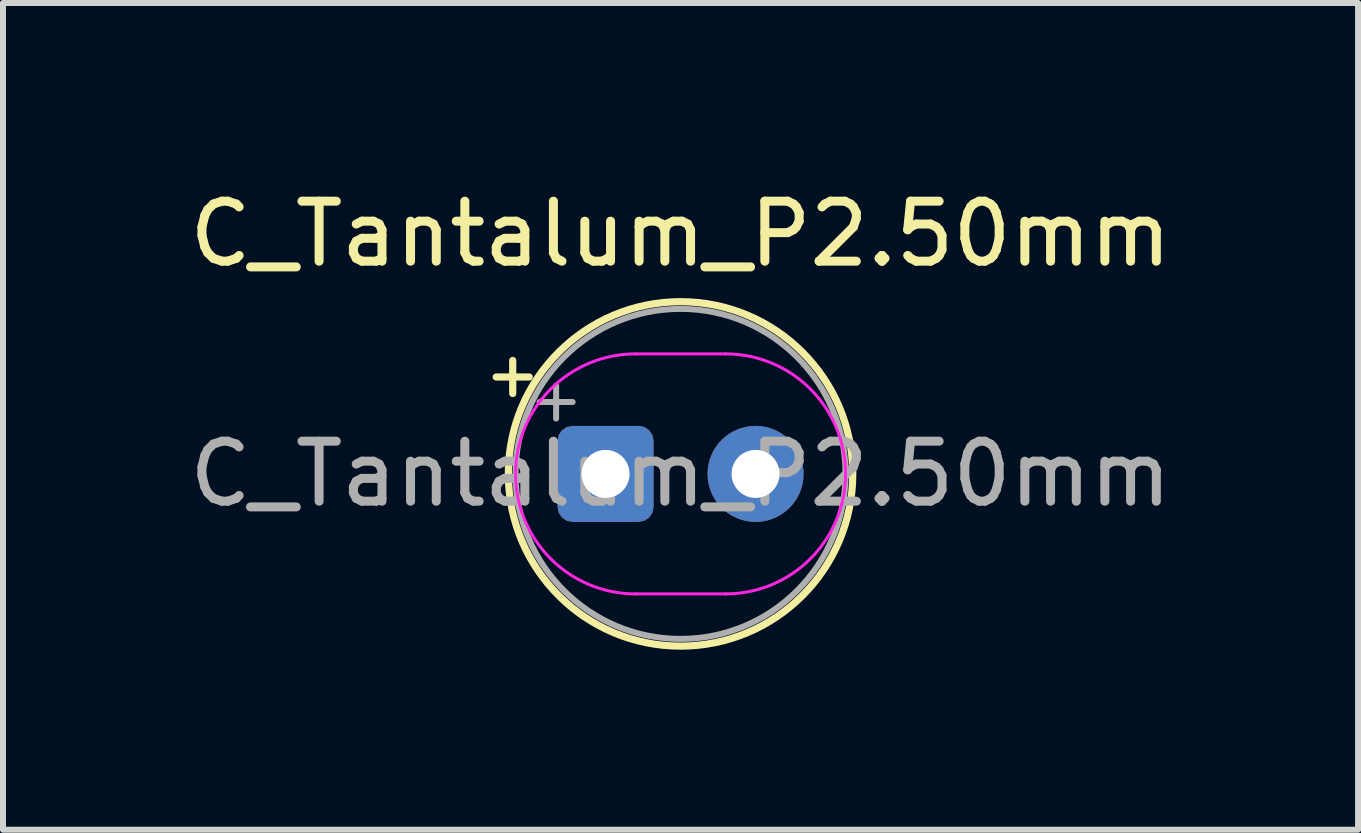
<source format=kicad_pcb>
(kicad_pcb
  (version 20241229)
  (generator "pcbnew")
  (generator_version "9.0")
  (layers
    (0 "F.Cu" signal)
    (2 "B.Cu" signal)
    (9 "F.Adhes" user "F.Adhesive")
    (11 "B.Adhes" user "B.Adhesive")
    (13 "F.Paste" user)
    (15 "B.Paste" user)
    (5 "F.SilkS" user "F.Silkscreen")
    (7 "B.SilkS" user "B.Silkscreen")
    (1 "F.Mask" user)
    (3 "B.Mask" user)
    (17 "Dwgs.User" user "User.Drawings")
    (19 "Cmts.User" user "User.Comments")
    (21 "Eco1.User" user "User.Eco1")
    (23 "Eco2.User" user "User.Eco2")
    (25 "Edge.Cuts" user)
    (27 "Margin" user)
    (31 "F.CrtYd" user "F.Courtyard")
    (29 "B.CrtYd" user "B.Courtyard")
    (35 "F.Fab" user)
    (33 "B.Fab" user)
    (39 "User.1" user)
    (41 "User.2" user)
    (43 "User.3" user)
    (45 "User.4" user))
  (footprint "C_Tantalum_P2.50mm"
    (layer "F.Cu")
    (at 7.042 4.848)
    (property "Reference" "C_Tantalum_P2.50mm" (at 1.25 -4 0) (layer "F.SilkS") (effects (font (size 1 1) (thickness 0.15))))
    (attr through_hole)
    (fp_line (start -1.822 -1.615) (end -1.272 -1.615) (stroke (width 0.12) (type solid)) (layer "F.SilkS"))
    (fp_line (start -1.547 -1.89) (end -1.547 -1.34) (stroke (width 0.12) (type solid)) (layer "F.SilkS"))
    (fp_circle (center 1.25 0) (end 4.12 0) (stroke (width 0.12) (type solid)) (fill no) (layer "F.SilkS"))
    (fp_line (start 0.5 -2) (end 2 -2) (stroke (width 0.05) (type default)) (layer "F.CrtYd"))
    (fp_line (start 2 2) (end 0.5 2) (stroke (width 0.05) (type default)) (layer "F.CrtYd"))
    (fp_arc (start -1.5 0) (mid -0.914214 -1.414214) (end 0.5 -2) (stroke (width 0.05) (type default)) (layer "F.CrtYd"))
    (fp_arc (start 0.5 2) (mid -0.914214 1.414214) (end -1.5 0) (stroke (width 0.05) (type default)) (layer "F.CrtYd"))
    (fp_arc (start 2 -2) (mid 3.414214 -1.414214) (end 4 0) (stroke (width 0.05) (type default)) (layer "F.CrtYd"))
    (fp_arc (start 4 0) (mid 3.414214 1.414214) (end 2 2) (stroke (width 0.05) (type default)) (layer "F.CrtYd"))
    (fp_line (start -1.099 -1.198) (end -0.549 -1.198) (stroke (width 0.1) (type solid)) (layer "F.Fab"))
    (fp_line (start -0.824 -1.472) (end -0.824 -0.922) (stroke (width 0.1) (type solid)) (layer "F.Fab"))
    (fp_circle (center 1.25 0) (end 4 0) (stroke (width 0.1) (type solid)) (fill no) (layer "F.Fab"))
    (fp_text user "${REFERENCE}" (at 1.25 0 0) (layer "F.Fab") (effects (font (size 1 1) (thickness 0.15))))
    (pad "1" thru_hole roundrect (at 0 0) (size 1.6 1.6) (drill 0.8) (layers "*.Cu" "*.Mask") (roundrect_rratio 0.156))
    (pad "2" thru_hole circle (at 2.5 0) (size 1.6 1.6) (drill 0.8) (layers "*.Cu" "*.Mask")))
  (gr_rect
    (start -3 -3)
    (end 19.583 10.778)
    (stroke (width 0.1) (type default))
    (fill no)
    (layer "Edge.Cuts")))
</source>
